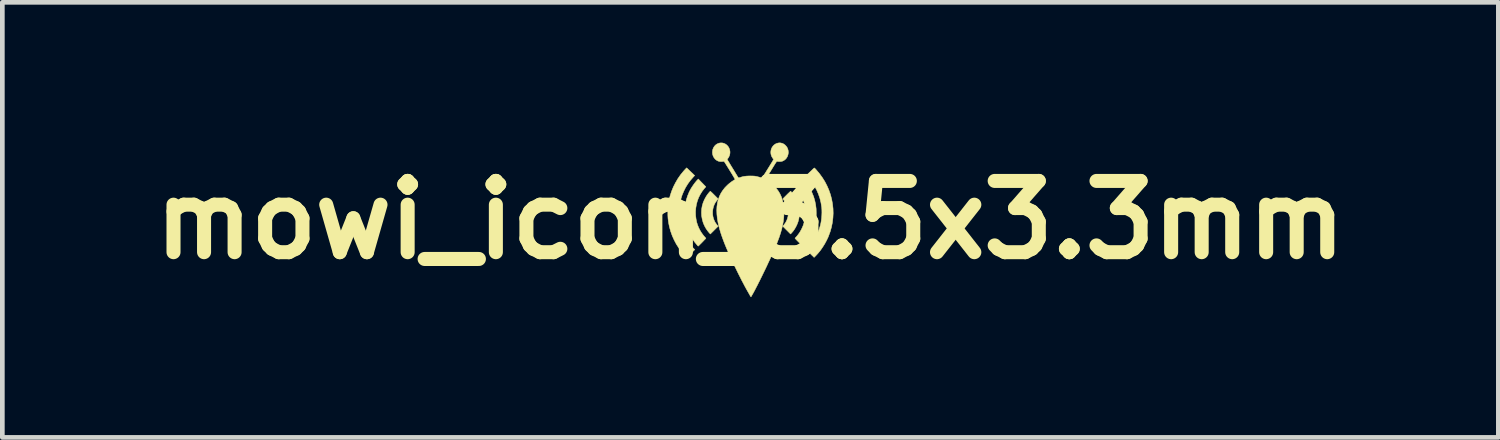
<source format=kicad_pcb>
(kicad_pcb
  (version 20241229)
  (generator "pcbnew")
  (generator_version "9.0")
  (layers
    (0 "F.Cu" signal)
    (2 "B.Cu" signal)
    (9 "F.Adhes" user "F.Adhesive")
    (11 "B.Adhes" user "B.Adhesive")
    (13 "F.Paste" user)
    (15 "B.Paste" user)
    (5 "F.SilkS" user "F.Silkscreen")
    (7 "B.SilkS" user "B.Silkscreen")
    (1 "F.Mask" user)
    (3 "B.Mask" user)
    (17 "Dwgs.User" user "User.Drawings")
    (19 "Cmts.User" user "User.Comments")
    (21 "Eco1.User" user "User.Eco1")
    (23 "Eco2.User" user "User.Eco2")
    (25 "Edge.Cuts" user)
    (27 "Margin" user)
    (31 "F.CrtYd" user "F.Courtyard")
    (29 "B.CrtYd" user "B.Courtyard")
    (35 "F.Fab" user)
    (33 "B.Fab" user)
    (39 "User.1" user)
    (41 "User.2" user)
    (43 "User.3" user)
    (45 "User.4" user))
  (footprint "mowi_icon_3.5x3.3mm"
    (layer "F.Cu")
    (at 12.998 1.654)
    (property "Reference" "mowi_icon_3.5x3.3mm" (at 0 0 0) (layer "F.SilkS") (effects (font (size 1.524 1.524) (thickness 0.3))))
    (attr through_hole)
    (fp_poly (pts (xy 0.865 -0.611) (xy 0.874 -0.602) (xy 0.885 -0.589) (xy 0.898 -0.573) (xy 0.912 -0.556) (xy 0.926 -0.537) (xy 0.939 -0.519) (xy 0.939 -0.518) (xy 0.977 -0.456) (xy 1.006 -0.391) (xy 1.029 -0.323) (xy 1.043 -0.254) (xy 1.05 -0.184) (xy 1.049 -0.113) (xy 1.04 -0.042) (xy 1.023 0.029) (xy 1.016 0.05) (xy 0.997 0.099) (xy 0.973 0.148) (xy 0.946 0.195) (xy 0.916 0.238) (xy 0.886 0.273) (xy 0.86 0.301) (xy 0.694 0.135) (xy 0.718 0.105) (xy 0.75 0.062) (xy 0.774 0.018) (xy 0.792 -0.028) (xy 0.805 -0.077) (xy 0.812 -0.13) (xy 0.811 -0.185) (xy 0.804 -0.239) (xy 0.79 -0.291) (xy 0.77 -0.341) (xy 0.744 -0.387) (xy 0.714 -0.425) (xy 0.705 -0.436) (xy 0.698 -0.445) (xy 0.695 -0.45) (xy 0.695 -0.45) (xy 0.698 -0.454) (xy 0.705 -0.462) (xy 0.717 -0.475) (xy 0.732 -0.49) (xy 0.749 -0.507) (xy 0.768 -0.526) (xy 0.787 -0.545) (xy 0.805 -0.563) (xy 0.823 -0.58) (xy 0.838 -0.594) (xy 0.849 -0.605) (xy 0.857 -0.612) (xy 0.86 -0.614) (xy 0.865 -0.611)) (stroke (width 0.01) (type solid)) (fill yes) (layer "F.SilkS"))
    (fp_poly (pts (xy -0.852 -0.611) (xy -0.843 -0.603) (xy -0.831 -0.591) (xy -0.815 -0.577) (xy -0.798 -0.56) (xy -0.779 -0.541) (xy -0.76 -0.522) (xy -0.742 -0.504) (xy -0.725 -0.487) (xy -0.71 -0.472) (xy -0.699 -0.46) (xy -0.693 -0.452) (xy -0.691 -0.45) (xy -0.693 -0.445) (xy -0.7 -0.437) (xy -0.709 -0.426) (xy -0.71 -0.425) (xy -0.743 -0.382) (xy -0.769 -0.336) (xy -0.788 -0.286) (xy -0.801 -0.234) (xy -0.807 -0.181) (xy -0.807 -0.127) (xy -0.8 -0.073) (xy -0.786 -0.021) (xy -0.765 0.029) (xy -0.753 0.051) (xy -0.743 0.066) (xy -0.731 0.083) (xy -0.718 0.101) (xy -0.714 0.105) (xy -0.69 0.135) (xy -0.773 0.218) (xy -0.856 0.301) (xy -0.883 0.272) (xy -0.915 0.233) (xy -0.946 0.188) (xy -0.974 0.139) (xy -0.998 0.087) (xy -1.012 0.05) (xy -1.031 -0.021) (xy -1.043 -0.091) (xy -1.046 -0.162) (xy -1.042 -0.233) (xy -1.03 -0.302) (xy -1.01 -0.37) (xy -0.982 -0.436) (xy -0.947 -0.5) (xy -0.935 -0.518) (xy -0.923 -0.536) (xy -0.909 -0.555) (xy -0.895 -0.573) (xy -0.881 -0.589) (xy -0.87 -0.602) (xy -0.861 -0.61) (xy -0.856 -0.614) (xy -0.856 -0.614) (xy -0.852 -0.611)) (stroke (width 0.01) (type solid)) (fill yes) (layer "F.SilkS"))
    (fp_poly (pts (xy -1.191 -0.95) (xy -1.22 -0.919) (xy -1.282 -0.848) (xy -1.337 -0.773) (xy -1.386 -0.694) (xy -1.427 -0.611) (xy -1.462 -0.526) (xy -1.489 -0.438) (xy -1.509 -0.347) (xy -1.522 -0.256) (xy -1.526 -0.163) (xy -1.523 -0.07) (xy -1.519 -0.03) (xy -1.505 0.06) (xy -1.483 0.149) (xy -1.453 0.236) (xy -1.417 0.321) (xy -1.373 0.402) (xy -1.323 0.479) (xy -1.266 0.551) (xy -1.229 0.593) (xy -1.189 0.635) (xy -1.232 0.677) (xy -1.252 0.697) (xy -1.275 0.72) (xy -1.298 0.742) (xy -1.317 0.76) (xy -1.36 0.801) (xy -1.401 0.759) (xy -1.467 0.684) (xy -1.527 0.604) (xy -1.582 0.52) (xy -1.629 0.431) (xy -1.671 0.338) (xy -1.705 0.243) (xy -1.732 0.145) (xy -1.745 0.081) (xy -1.752 0.041) (xy -1.757 0.004) (xy -1.761 -0.03) (xy -1.763 -0.065) (xy -1.765 -0.103) (xy -1.765 -0.146) (xy -1.765 -0.158) (xy -1.765 -0.211) (xy -1.763 -0.257) (xy -1.759 -0.301) (xy -1.754 -0.343) (xy -1.746 -0.388) (xy -1.739 -0.423) (xy -1.716 -0.519) (xy -1.684 -0.615) (xy -1.646 -0.708) (xy -1.6 -0.798) (xy -1.549 -0.885) (xy -1.491 -0.968) (xy -1.428 -1.045) (xy -1.396 -1.08) (xy -1.363 -1.115) (xy -1.191 -0.95)) (stroke (width 0.01) (type solid)) (fill yes) (layer "F.SilkS"))
    (fp_poly (pts (xy -0.952 -0.709) (xy -0.983 -0.675) (xy -1.031 -0.613) (xy -1.072 -0.547) (xy -1.107 -0.478) (xy -1.134 -0.406) (xy -1.154 -0.331) (xy -1.167 -0.254) (xy -1.173 -0.176) (xy -1.171 -0.097) (xy -1.161 -0.018) (xy -1.148 0.047) (xy -1.13 0.105) (xy -1.106 0.165) (xy -1.077 0.222) (xy -1.044 0.276) (xy -1.008 0.326) (xy -0.981 0.358) (xy -0.968 0.371) (xy -0.959 0.383) (xy -0.953 0.391) (xy -0.952 0.394) (xy -0.955 0.398) (xy -0.962 0.406) (xy -0.974 0.418) (xy -0.989 0.433) (xy -1.006 0.451) (xy -1.024 0.47) (xy -1.043 0.489) (xy -1.061 0.507) (xy -1.078 0.524) (xy -1.093 0.539) (xy -1.105 0.551) (xy -1.113 0.558) (xy -1.116 0.561) (xy -1.119 0.558) (xy -1.126 0.551) (xy -1.136 0.54) (xy -1.138 0.537) (xy -1.192 0.473) (xy -1.242 0.402) (xy -1.286 0.327) (xy -1.323 0.249) (xy -1.354 0.169) (xy -1.373 0.105) (xy -1.392 0.016) (xy -1.403 -0.073) (xy -1.406 -0.163) (xy -1.402 -0.253) (xy -1.39 -0.342) (xy -1.37 -0.429) (xy -1.343 -0.514) (xy -1.309 -0.597) (xy -1.298 -0.619) (xy -1.275 -0.662) (xy -1.248 -0.706) (xy -1.218 -0.75) (xy -1.188 -0.791) (xy -1.157 -0.829) (xy -1.141 -0.847) (xy -1.114 -0.876) (xy -0.952 -0.709)) (stroke (width 0.01) (type solid)) (fill yes) (layer "F.SilkS"))
    (fp_poly (pts (xy 1.145 -0.847) (xy 1.179 -0.808) (xy 1.213 -0.763) (xy 1.247 -0.714) (xy 1.278 -0.662) (xy 1.305 -0.611) (xy 1.319 -0.582) (xy 1.353 -0.498) (xy 1.378 -0.413) (xy 1.396 -0.326) (xy 1.407 -0.238) (xy 1.409 -0.146) (xy 1.409 -0.122) (xy 1.403 -0.039) (xy 1.392 0.039) (xy 1.375 0.115) (xy 1.351 0.19) (xy 1.32 0.265) (xy 1.304 0.299) (xy 1.287 0.332) (xy 1.266 0.368) (xy 1.244 0.404) (xy 1.219 0.44) (xy 1.195 0.474) (xy 1.171 0.505) (xy 1.149 0.531) (xy 1.129 0.552) (xy 1.119 0.561) (xy 1.037 0.478) (xy 1.016 0.457) (xy 0.997 0.438) (xy 0.981 0.421) (xy 0.968 0.407) (xy 0.959 0.397) (xy 0.955 0.392) (xy 0.955 0.392) (xy 0.958 0.387) (xy 0.965 0.379) (xy 0.97 0.374) (xy 0.987 0.356) (xy 1.006 0.333) (xy 1.026 0.307) (xy 1.045 0.281) (xy 1.054 0.268) (xy 1.093 0.2) (xy 1.125 0.129) (xy 1.149 0.056) (xy 1.166 -0.02) (xy 1.175 -0.098) (xy 1.177 -0.178) (xy 1.171 -0.258) (xy 1.162 -0.317) (xy 1.145 -0.385) (xy 1.121 -0.453) (xy 1.09 -0.52) (xy 1.054 -0.584) (xy 1.012 -0.643) (xy 0.987 -0.675) (xy 0.957 -0.709) (xy 1.037 -0.793) (xy 1.118 -0.876) (xy 1.145 -0.847)) (stroke (width 0.01) (type solid)) (fill yes) (layer "F.SilkS"))
    (fp_poly (pts (xy 1.372 -1.11) (xy 1.38 -1.102) (xy 1.392 -1.091) (xy 1.405 -1.076) (xy 1.409 -1.072) (xy 1.478 -0.99) (xy 1.539 -0.906) (xy 1.594 -0.818) (xy 1.641 -0.727) (xy 1.681 -0.634) (xy 1.714 -0.539) (xy 1.739 -0.442) (xy 1.757 -0.343) (xy 1.768 -0.244) (xy 1.771 -0.144) (xy 1.766 -0.044) (xy 1.754 0.055) (xy 1.734 0.155) (xy 1.706 0.253) (xy 1.67 0.35) (xy 1.664 0.366) (xy 1.63 0.437) (xy 1.592 0.508) (xy 1.548 0.578) (xy 1.502 0.645) (xy 1.453 0.706) (xy 1.402 0.762) (xy 1.389 0.775) (xy 1.363 0.801) (xy 1.193 0.635) (xy 1.232 0.594) (xy 1.291 0.526) (xy 1.344 0.453) (xy 1.392 0.376) (xy 1.433 0.295) (xy 1.467 0.211) (xy 1.494 0.126) (xy 1.508 0.067) (xy 1.517 0.014) (xy 1.524 -0.043) (xy 1.528 -0.101) (xy 1.53 -0.16) (xy 1.529 -0.215) (xy 1.526 -0.266) (xy 1.524 -0.278) (xy 1.509 -0.372) (xy 1.486 -0.464) (xy 1.455 -0.554) (xy 1.418 -0.64) (xy 1.373 -0.722) (xy 1.322 -0.8) (xy 1.265 -0.874) (xy 1.225 -0.919) (xy 1.195 -0.949) (xy 1.28 -1.031) (xy 1.302 -1.052) (xy 1.322 -1.071) (xy 1.339 -1.088) (xy 1.353 -1.1) (xy 1.363 -1.109) (xy 1.368 -1.113) (xy 1.368 -1.113) (xy 1.372 -1.11)) (stroke (width 0.01) (type solid)) (fill yes) (layer "F.SilkS"))
    (fp_poly (pts (xy 0.653 -1.646) (xy 0.686 -1.638) (xy 0.715 -1.623) (xy 0.742 -1.603) (xy 0.752 -1.593) (xy 0.779 -1.562) (xy 0.797 -1.527) (xy 0.808 -1.49) (xy 0.812 -1.45) (xy 0.812 -1.435) (xy 0.805 -1.395) (xy 0.793 -1.359) (xy 0.774 -1.326) (xy 0.75 -1.298) (xy 0.721 -1.275) (xy 0.689 -1.259) (xy 0.678 -1.255) (xy 0.658 -1.251) (xy 0.636 -1.249) (xy 0.609 -1.249) (xy 0.577 -1.252) (xy 0.57 -1.253) (xy 0.567 -1.252) (xy 0.564 -1.25) (xy 0.56 -1.246) (xy 0.555 -1.24) (xy 0.548 -1.23) (xy 0.539 -1.217) (xy 0.528 -1.2) (xy 0.514 -1.178) (xy 0.497 -1.15) (xy 0.477 -1.117) (xy 0.453 -1.078) (xy 0.443 -1.062) (xy 0.421 -1.026) (xy 0.4 -0.992) (xy 0.381 -0.961) (xy 0.365 -0.933) (xy 0.35 -0.91) (xy 0.339 -0.89) (xy 0.331 -0.876) (xy 0.326 -0.868) (xy 0.325 -0.867) (xy 0.328 -0.863) (xy 0.337 -0.857) (xy 0.35 -0.85) (xy 0.355 -0.847) (xy 0.407 -0.813) (xy 0.458 -0.774) (xy 0.506 -0.729) (xy 0.554 -0.677) (xy 0.595 -0.622) (xy 0.63 -0.565) (xy 0.659 -0.503) (xy 0.682 -0.437) (xy 0.699 -0.367) (xy 0.711 -0.291) (xy 0.717 -0.21) (xy 0.718 -0.193) (xy 0.718 -0.121) (xy 0.714 -0.047) (xy 0.705 0.028) (xy 0.691 0.107) (xy 0.672 0.188) (xy 0.648 0.273) (xy 0.619 0.362) (xy 0.584 0.456) (xy 0.548 0.549) (xy 0.527 0.596) (xy 0.504 0.65) (xy 0.477 0.71) (xy 0.449 0.773) (xy 0.418 0.841) (xy 0.385 0.91) (xy 0.352 0.982) (xy 0.318 1.053) (xy 0.283 1.125) (xy 0.249 1.195) (xy 0.215 1.264) (xy 0.199 1.297) (xy 0.179 1.335) (xy 0.16 1.374) (xy 0.14 1.413) (xy 0.12 1.451) (xy 0.101 1.488) (xy 0.083 1.522) (xy 0.066 1.554) (xy 0.05 1.582) (xy 0.037 1.605) (xy 0.026 1.624) (xy 0.018 1.638) (xy 0.013 1.645) (xy 0.012 1.646) (xy 0.009 1.642) (xy 0.004 1.634) (xy -0.004 1.621) (xy -0.006 1.618) (xy -0.038 1.561) (xy -0.069 1.507) (xy -0.098 1.455) (xy -0.126 1.403) (xy -0.153 1.351) (xy -0.182 1.297) (xy -0.211 1.239) (xy -0.243 1.176) (xy -0.268 1.126) (xy -0.326 1.007) (xy -0.38 0.895) (xy -0.429 0.79) (xy -0.474 0.689) (xy -0.514 0.595) (xy -0.551 0.505) (xy -0.583 0.421) (xy -0.612 0.341) (xy -0.637 0.266) (xy -0.658 0.194) (xy -0.676 0.127) (xy -0.69 0.062) (xy -0.691 0.059) (xy -0.707 -0.035) (xy -0.716 -0.124) (xy -0.719 -0.208) (xy -0.715 -0.288) (xy -0.704 -0.364) (xy -0.687 -0.435) (xy -0.663 -0.503) (xy -0.632 -0.567) (xy -0.594 -0.627) (xy -0.55 -0.684) (xy -0.516 -0.72) (xy -0.477 -0.758) (xy -0.439 -0.79) (xy -0.4 -0.819) (xy -0.362 -0.844) (xy -0.347 -0.853) (xy -0.335 -0.861) (xy -0.328 -0.866) (xy -0.327 -0.868) (xy -0.328 -0.872) (xy -0.334 -0.882) (xy -0.343 -0.898) (xy -0.356 -0.919) (xy -0.371 -0.945) (xy -0.388 -0.974) (xy -0.408 -1.006) (xy -0.429 -1.041) (xy -0.443 -1.063) (xy -0.468 -1.104) (xy -0.49 -1.139) (xy -0.508 -1.168) (xy -0.523 -1.192) (xy -0.535 -1.211) (xy -0.544 -1.226) (xy -0.552 -1.237) (xy -0.558 -1.244) (xy -0.562 -1.249) (xy -0.565 -1.252) (xy -0.568 -1.253) (xy -0.569 -1.253) (xy -0.578 -1.252) (xy -0.592 -1.251) (xy -0.609 -1.249) (xy -0.614 -1.249) (xy -0.652 -1.25) (xy -0.687 -1.258) (xy -0.719 -1.274) (xy -0.749 -1.297) (xy -0.754 -1.302) (xy -0.778 -1.333) (xy -0.796 -1.366) (xy -0.807 -1.401) (xy -0.812 -1.438) (xy -0.81 -1.474) (xy -0.803 -1.51) (xy -0.789 -1.544) (xy -0.77 -1.575) (xy -0.745 -1.602) (xy -0.714 -1.624) (xy -0.704 -1.629) (xy -0.669 -1.643) (xy -0.634 -1.648) (xy -0.599 -1.647) (xy -0.566 -1.639) (xy -0.534 -1.624) (xy -0.506 -1.604) (xy -0.481 -1.578) (xy -0.46 -1.547) (xy -0.446 -1.511) (xy -0.441 -1.495) (xy -0.435 -1.454) (xy -0.438 -1.414) (xy -0.448 -1.375) (xy -0.466 -1.338) (xy -0.48 -1.318) (xy -0.488 -1.307) (xy -0.494 -1.298) (xy -0.496 -1.295) (xy -0.494 -1.291) (xy -0.488 -1.281) (xy -0.479 -1.266) (xy -0.467 -1.246) (xy -0.452 -1.222) (xy -0.436 -1.195) (xy -0.418 -1.165) (xy -0.399 -1.134) (xy -0.38 -1.103) (xy -0.36 -1.071) (xy -0.341 -1.039) (xy -0.323 -1.009) (xy -0.306 -0.981) (xy -0.291 -0.957) (xy -0.278 -0.935) (xy -0.267 -0.919) (xy -0.26 -0.907) (xy -0.256 -0.901) (xy -0.256 -0.901) (xy -0.251 -0.901) (xy -0.241 -0.903) (xy -0.226 -0.907) (xy -0.216 -0.91) (xy -0.181 -0.921) (xy -0.149 -0.929) (xy -0.118 -0.934) (xy -0.085 -0.938) (xy -0.048 -0.94) (xy -0.005 -0.941) (xy -0.002 -0.941) (xy 0.028 -0.94) (xy 0.052 -0.94) (xy 0.071 -0.939) (xy 0.087 -0.938) (xy 0.103 -0.936) (xy 0.119 -0.933) (xy 0.134 -0.93) (xy 0.157 -0.924) (xy 0.18 -0.918) (xy 0.201 -0.913) (xy 0.215 -0.908) (xy 0.23 -0.904) (xy 0.242 -0.9) (xy 0.25 -0.898) (xy 0.25 -0.898) (xy 0.253 -0.901) (xy 0.259 -0.911) (xy 0.269 -0.926) (xy 0.282 -0.946) (xy 0.297 -0.969) (xy 0.314 -0.996) (xy 0.332 -1.025) (xy 0.351 -1.056) (xy 0.371 -1.088) (xy 0.391 -1.12) (xy 0.411 -1.152) (xy 0.429 -1.182) (xy 0.446 -1.21) (xy 0.462 -1.235) (xy 0.475 -1.257) (xy 0.485 -1.275) (xy 0.492 -1.287) (xy 0.496 -1.294) (xy 0.496 -1.294) (xy 0.494 -1.299) (xy 0.488 -1.308) (xy 0.479 -1.32) (xy 0.478 -1.321) (xy 0.457 -1.356) (xy 0.443 -1.393) (xy 0.437 -1.432) (xy 0.438 -1.472) (xy 0.446 -1.512) (xy 0.457 -1.539) (xy 0.476 -1.571) (xy 0.501 -1.599) (xy 0.53 -1.621) (xy 0.562 -1.637) (xy 0.596 -1.646) (xy 0.63 -1.649) (xy 0.653 -1.646)) (stroke (width 0.01) (type solid)) (fill yes) (layer "F.SilkS")))
  (gr_rect
    (start -3 -3)
    (end 28.995 6.305)
    (stroke (width 0.1) (type default))
    (fill no)
    (layer "Edge.Cuts")))
</source>
